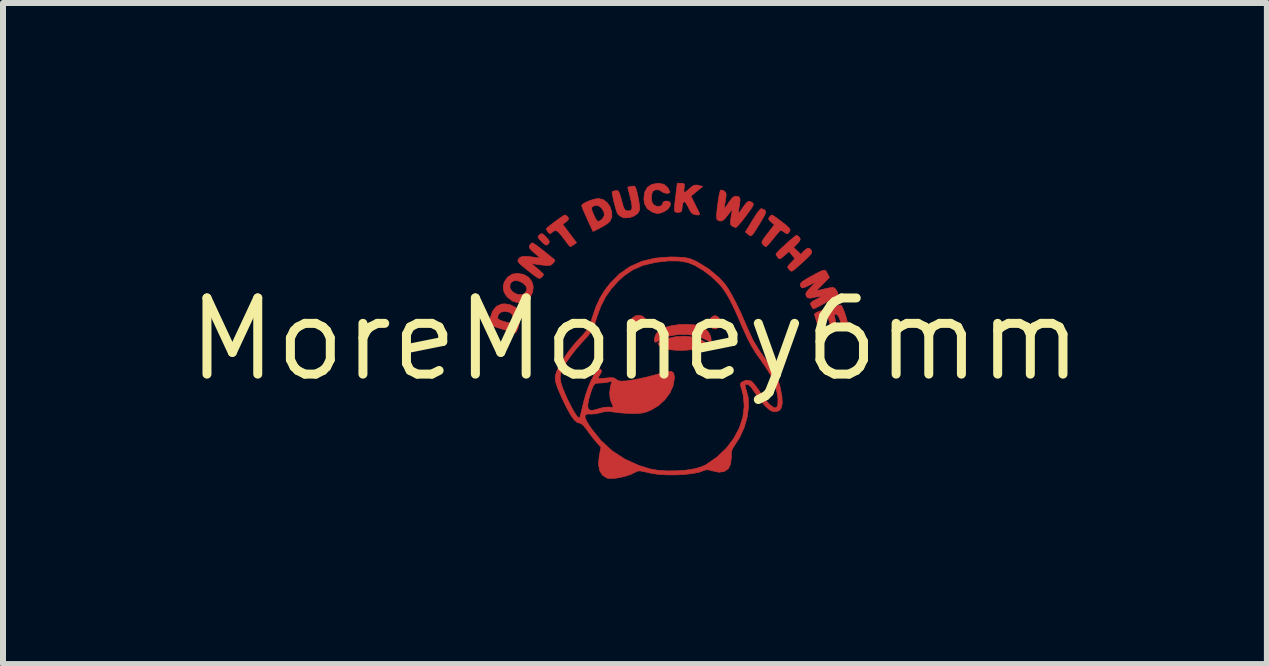
<source format=kicad_pcb>
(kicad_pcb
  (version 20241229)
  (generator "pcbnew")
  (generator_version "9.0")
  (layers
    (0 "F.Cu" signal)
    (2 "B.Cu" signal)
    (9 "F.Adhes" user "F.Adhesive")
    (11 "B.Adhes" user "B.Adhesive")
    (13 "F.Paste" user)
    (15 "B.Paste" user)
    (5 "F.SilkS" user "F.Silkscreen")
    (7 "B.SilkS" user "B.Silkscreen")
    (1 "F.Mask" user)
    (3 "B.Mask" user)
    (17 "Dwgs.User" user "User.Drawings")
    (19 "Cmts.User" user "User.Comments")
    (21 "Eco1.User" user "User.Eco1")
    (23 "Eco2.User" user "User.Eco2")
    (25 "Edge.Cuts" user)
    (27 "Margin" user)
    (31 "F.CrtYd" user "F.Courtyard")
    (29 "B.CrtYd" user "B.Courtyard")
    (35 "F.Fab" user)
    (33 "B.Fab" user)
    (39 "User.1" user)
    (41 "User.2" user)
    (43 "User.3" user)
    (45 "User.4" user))
  (footprint "MoreMoney6mm"
    (layer "F.Cu")
    (at 7.537 2.608)
    (property "Reference" "MoreMoney6mm" (at 0 0 0) (layer "F.SilkS") (effects (font (size 1.27 1.27) (thickness 0.15))))
    (attr through_hole)
    (fp_poly (pts (xy 1.355 -0.391) (xy 1.386 -0.372) (xy 1.43 -0.323) (xy 1.436 -0.264) (xy 1.405 -0.209) (xy 1.401 -0.204) (xy 1.345 -0.172) (xy 1.292 -0.183) (xy 1.263 -0.208) (xy 1.231 -0.268) (xy 1.239 -0.327) (xy 1.281 -0.372) (xy 1.322 -0.395) (xy 1.355 -0.391)) (stroke (width 0.01) (type solid)) (fill yes) (layer "F.Cu"))
    (fp_poly (pts (xy 0.139 -0.38) (xy 0.179 -0.336) (xy 0.191 -0.287) (xy 0.173 -0.229) (xy 0.128 -0.192) (xy 0.067 -0.179) (xy 0.002 -0.194) (xy -0.027 -0.212) (xy -0.074 -0.26) (xy -0.08 -0.306) (xy -0.046 -0.356) (xy -0.042 -0.36) (xy 0.016 -0.395) (xy 0.081 -0.401) (xy 0.139 -0.38)) (stroke (width 0.01) (type solid)) (fill yes) (layer "F.Cu"))
    (fp_poly (pts (xy -1.543 -1.759) (xy -1.51 -1.733) (xy -1.482 -1.705) (xy -1.441 -1.658) (xy -1.427 -1.627) (xy -1.436 -1.602) (xy -1.439 -1.599) (xy -1.464 -1.574) (xy -1.488 -1.572) (xy -1.521 -1.595) (xy -1.563 -1.637) (xy -1.603 -1.68) (xy -1.617 -1.707) (xy -1.607 -1.728) (xy -1.592 -1.742) (xy -1.566 -1.761) (xy -1.543 -1.759)) (stroke (width 0.01) (type solid)) (fill yes) (layer "F.Cu"))
    (fp_poly (pts (xy 2.141 -2.168) (xy 2.164 -2.154) (xy 2.178 -2.138) (xy 2.179 -2.116) (xy 2.166 -2.08) (xy 2.135 -2.023) (xy 2.086 -1.94) (xy 2.027 -1.844) (xy 1.986 -1.78) (xy 1.957 -1.742) (xy 1.935 -1.727) (xy 1.915 -1.73) (xy 1.893 -1.745) (xy 1.887 -1.751) (xy 1.841 -1.789) (xy 1.959 -1.984) (xy 2.009 -2.064) (xy 2.054 -2.128) (xy 2.088 -2.169) (xy 2.103 -2.18) (xy 2.141 -2.168)) (stroke (width 0.01) (type solid)) (fill yes) (layer "F.Cu"))
    (fp_poly (pts (xy 0.976 -0.037) (xy 1.09 0.001) (xy 1.149 0.034) (xy 1.191 0.065) (xy 1.202 0.08) (xy 1.19 0.106) (xy 1.144 0.13) (xy 1.072 0.151) (xy 0.98 0.167) (xy 0.877 0.179) (xy 0.772 0.184) (xy 0.671 0.181) (xy 0.582 0.171) (xy 0.55 0.163) (xy 0.453 0.132) (xy 0.398 0.1) (xy 0.385 0.068) (xy 0.415 0.036) (xy 0.486 0.003) (xy 0.532 -0.012) (xy 0.684 -0.045) (xy 0.836 -0.053) (xy 0.976 -0.037)) (stroke (width 0.01) (type solid)) (fill yes) (layer "F.Cu"))
    (fp_poly (pts (xy 1.004 -0.24) (xy 1.105 -0.215) (xy 1.146 -0.195) (xy 1.22 -0.13) (xy 1.263 -0.05) (xy 1.27 0.001) (xy 1.269 0.027) (xy 1.261 0.038) (xy 1.237 0.032) (xy 1.189 0.009) (xy 1.144 -0.014) (xy 1.021 -0.059) (xy 0.88 -0.081) (xy 0.731 -0.082) (xy 0.588 -0.06) (xy 0.464 -0.017) (xy 0.412 0.013) (xy 0.363 0.042) (xy 0.338 0.048) (xy 0.325 0.031) (xy 0.325 -0.019) (xy 0.348 -0.081) (xy 0.389 -0.136) (xy 0.415 -0.158) (xy 0.505 -0.2) (xy 0.621 -0.23) (xy 0.751 -0.247) (xy 0.882 -0.251) (xy 1.004 -0.24)) (stroke (width 0.01) (type solid)) (fill yes) (layer "F.Cu"))
    (fp_poly (pts (xy -1.14 -2.06) (xy -1.12 -2.04) (xy -1.105 -2.013) (xy -1.118 -1.987) (xy -1.148 -1.961) (xy -1.204 -1.916) (xy -0.974 -1.611) (xy -1.021 -1.578) (xy -1.059 -1.554) (xy -1.079 -1.546) (xy -1.096 -1.562) (xy -1.13 -1.604) (xy -1.175 -1.664) (xy -1.183 -1.675) (xy -1.243 -1.752) (xy -1.287 -1.798) (xy -1.321 -1.814) (xy -1.354 -1.805) (xy -1.377 -1.788) (xy -1.409 -1.762) (xy -1.43 -1.767) (xy -1.45 -1.79) (xy -1.473 -1.826) (xy -1.48 -1.841) (xy -1.464 -1.86) (xy -1.422 -1.895) (xy -1.365 -1.939) (xy -1.301 -1.987) (xy -1.241 -2.03) (xy -1.194 -2.061) (xy -1.169 -2.074) (xy -1.168 -2.074) (xy -1.14 -2.06)) (stroke (width 0.01) (type solid)) (fill yes) (layer "F.Cu"))
    (fp_poly (pts (xy -1.86 -1.084) (xy -1.777 -1.037) (xy -1.721 -0.968) (xy -1.696 -0.884) (xy -1.706 -0.791) (xy -1.736 -0.724) (xy -1.798 -0.658) (xy -1.881 -0.62) (xy -1.97 -0.615) (xy -2.043 -0.639) (xy -2.131 -0.706) (xy -2.183 -0.787) (xy -2.198 -0.877) (xy -2.19 -0.912) (xy -2.084 -0.912) (xy -2.084 -0.854) (xy -2.051 -0.803) (xy -1.999 -0.765) (xy -1.936 -0.745) (xy -1.874 -0.749) (xy -1.832 -0.774) (xy -1.802 -0.827) (xy -1.811 -0.882) (xy -1.857 -0.932) (xy -1.933 -0.972) (xy -2.002 -0.982) (xy -2.057 -0.956) (xy -2.084 -0.912) (xy -2.19 -0.912) (xy -2.18 -0.954) (xy -2.125 -1.036) (xy -2.046 -1.087) (xy -1.965 -1.101) (xy -1.86 -1.084)) (stroke (width 0.01) (type solid)) (fill yes) (layer "F.Cu"))
    (fp_poly (pts (xy 2.307 -2.062) (xy 2.354 -2.03) (xy 2.418 -1.982) (xy 2.451 -1.957) (xy 2.523 -1.9) (xy 2.565 -1.861) (xy 2.584 -1.835) (xy 2.584 -1.813) (xy 2.577 -1.798) (xy 2.551 -1.764) (xy 2.525 -1.762) (xy 2.486 -1.788) (xy 2.449 -1.812) (xy 2.431 -1.82) (xy 2.412 -1.804) (xy 2.375 -1.763) (xy 2.326 -1.704) (xy 2.309 -1.683) (xy 2.257 -1.619) (xy 2.214 -1.571) (xy 2.187 -1.547) (xy 2.183 -1.545) (xy 2.157 -1.559) (xy 2.132 -1.582) (xy 2.118 -1.603) (xy 2.117 -1.626) (xy 2.133 -1.659) (xy 2.17 -1.712) (xy 2.211 -1.765) (xy 2.324 -1.911) (xy 2.269 -1.958) (xy 2.233 -1.994) (xy 2.228 -2.019) (xy 2.242 -2.04) (xy 2.271 -2.068) (xy 2.285 -2.074) (xy 2.307 -2.062)) (stroke (width 0.01) (type solid)) (fill yes) (layer "F.Cu"))
    (fp_poly (pts (xy 0.483 -2.584) (xy 0.547 -2.529) (xy 0.578 -2.471) (xy 0.579 -2.444) (xy 0.551 -2.435) (xy 0.531 -2.434) (xy 0.478 -2.445) (xy 0.445 -2.466) (xy 0.398 -2.493) (xy 0.341 -2.494) (xy 0.301 -2.472) (xy 0.283 -2.432) (xy 0.275 -2.37) (xy 0.28 -2.305) (xy 0.288 -2.277) (xy 0.32 -2.236) (xy 0.367 -2.217) (xy 0.416 -2.218) (xy 0.453 -2.24) (xy 0.466 -2.276) (xy 0.485 -2.301) (xy 0.529 -2.307) (xy 0.576 -2.295) (xy 0.593 -2.263) (xy 0.583 -2.219) (xy 0.55 -2.174) (xy 0.494 -2.134) (xy 0.475 -2.125) (xy 0.41 -2.102) (xy 0.361 -2.1) (xy 0.304 -2.117) (xy 0.283 -2.126) (xy 0.205 -2.179) (xy 0.16 -2.258) (xy 0.148 -2.345) (xy 0.163 -2.455) (xy 0.208 -2.535) (xy 0.282 -2.584) (xy 0.385 -2.603) (xy 0.399 -2.603) (xy 0.483 -2.584)) (stroke (width 0.01) (type solid)) (fill yes) (layer "F.Cu"))
    (fp_poly (pts (xy -0.528 -2.329) (xy -0.462 -2.278) (xy -0.413 -2.206) (xy -0.386 -2.122) (xy -0.386 -2.039) (xy -0.414 -1.973) (xy -0.45 -1.938) (xy -0.511 -1.897) (xy -0.573 -1.862) (xy -0.699 -1.798) (xy -0.794 -2.002) (xy -0.833 -2.089) (xy -0.865 -2.163) (xy -0.876 -2.193) (xy -0.723 -2.193) (xy -0.719 -2.155) (xy -0.694 -2.091) (xy -0.684 -2.069) (xy -0.651 -2.002) (xy -0.625 -1.97) (xy -0.596 -1.97) (xy -0.556 -1.997) (xy -0.545 -2.007) (xy -0.513 -2.059) (xy -0.516 -2.122) (xy -0.555 -2.186) (xy -0.561 -2.193) (xy -0.611 -2.23) (xy -0.657 -2.233) (xy -0.662 -2.232) (xy -0.704 -2.216) (xy -0.723 -2.193) (xy -0.876 -2.193) (xy -0.884 -2.214) (xy -0.889 -2.233) (xy -0.87 -2.256) (xy -0.823 -2.284) (xy -0.758 -2.312) (xy -0.688 -2.335) (xy -0.626 -2.348) (xy -0.606 -2.349) (xy -0.528 -2.329)) (stroke (width 0.01) (type solid)) (fill yes) (layer "F.Cu"))
    (fp_poly (pts (xy -0.003 -2.552) (xy 0.012 -2.525) (xy 0.03 -2.468) (xy 0.048 -2.392) (xy 0.064 -2.31) (xy 0.075 -2.233) (xy 0.079 -2.174) (xy 0.077 -2.151) (xy 0.044 -2.098) (xy -0.018 -2.055) (xy -0.094 -2.029) (xy -0.171 -2.025) (xy -0.21 -2.034) (xy -0.26 -2.064) (xy -0.287 -2.09) (xy -0.302 -2.123) (xy -0.321 -2.183) (xy -0.341 -2.256) (xy -0.36 -2.333) (xy -0.374 -2.401) (xy -0.381 -2.448) (xy -0.379 -2.464) (xy -0.354 -2.473) (xy -0.319 -2.48) (xy -0.294 -2.48) (xy -0.275 -2.468) (xy -0.258 -2.434) (xy -0.239 -2.372) (xy -0.224 -2.318) (xy -0.201 -2.234) (xy -0.183 -2.183) (xy -0.164 -2.156) (xy -0.139 -2.145) (xy -0.122 -2.142) (xy -0.079 -2.144) (xy -0.055 -2.165) (xy -0.049 -2.21) (xy -0.06 -2.286) (xy -0.079 -2.37) (xy -0.121 -2.537) (xy -0.07 -2.55) (xy -0.025 -2.556) (xy -0.003 -2.552)) (stroke (width 0.01) (type solid)) (fill yes) (layer "F.Cu"))
    (fp_poly (pts (xy 0.808 -2.601) (xy 0.824 -2.585) (xy 0.823 -2.545) (xy 0.82 -2.518) (xy 0.815 -2.471) (xy 0.82 -2.45) (xy 0.84 -2.456) (xy 0.882 -2.489) (xy 0.934 -2.535) (xy 0.981 -2.568) (xy 1.026 -2.574) (xy 1.059 -2.567) (xy 1.129 -2.549) (xy 1.031 -2.468) (xy 0.933 -2.388) (xy 1.006 -2.242) (xy 1.041 -2.172) (xy 1.067 -2.117) (xy 1.079 -2.087) (xy 1.079 -2.085) (xy 1.062 -2.074) (xy 1.023 -2.075) (xy 0.979 -2.086) (xy 0.948 -2.103) (xy 0.922 -2.139) (xy 0.891 -2.197) (xy 0.88 -2.22) (xy 0.846 -2.279) (xy 0.819 -2.297) (xy 0.799 -2.273) (xy 0.787 -2.208) (xy 0.787 -2.205) (xy 0.781 -2.149) (xy 0.765 -2.124) (xy 0.732 -2.117) (xy 0.718 -2.117) (xy 0.689 -2.118) (xy 0.67 -2.125) (xy 0.66 -2.146) (xy 0.658 -2.186) (xy 0.663 -2.252) (xy 0.674 -2.351) (xy 0.681 -2.404) (xy 0.705 -2.603) (xy 0.768 -2.603) (xy 0.808 -2.601)) (stroke (width 0.01) (type solid)) (fill yes) (layer "F.Cu"))
    (fp_poly (pts (xy -2.081 -0.577) (xy -1.997 -0.536) (xy -1.936 -0.476) (xy -1.918 -0.44) (xy -1.913 -0.394) (xy -1.918 -0.329) (xy -1.932 -0.256) (xy -1.951 -0.187) (xy -1.972 -0.134) (xy -1.993 -0.109) (xy -1.997 -0.108) (xy -2.027 -0.115) (xy -2.087 -0.132) (xy -2.167 -0.156) (xy -2.223 -0.174) (xy -2.308 -0.201) (xy -2.377 -0.224) (xy -2.421 -0.24) (xy -2.431 -0.244) (xy -2.431 -0.267) (xy -2.422 -0.318) (xy -2.412 -0.364) (xy -2.409 -0.372) (xy -2.289 -0.372) (xy -2.286 -0.346) (xy -2.26 -0.325) (xy -2.202 -0.303) (xy -2.18 -0.296) (xy -2.114 -0.278) (xy -2.065 -0.269) (xy -2.048 -0.269) (xy -2.037 -0.294) (xy -2.032 -0.343) (xy -2.032 -0.35) (xy -2.046 -0.414) (xy -2.09 -0.452) (xy -2.167 -0.466) (xy -2.176 -0.466) (xy -2.242 -0.451) (xy -2.28 -0.405) (xy -2.289 -0.372) (xy -2.409 -0.372) (xy -2.371 -0.475) (xy -2.311 -0.549) (xy -2.23 -0.587) (xy -2.174 -0.593) (xy -2.081 -0.577)) (stroke (width 0.01) (type solid)) (fill yes) (layer "F.Cu"))
    (fp_poly (pts (xy 2.723 -1.72) (xy 2.743 -1.699) (xy 2.756 -1.671) (xy 2.746 -1.641) (xy 2.708 -1.598) (xy 2.708 -1.597) (xy 2.646 -1.532) (xy 2.705 -1.475) (xy 2.765 -1.418) (xy 2.815 -1.471) (xy 2.867 -1.514) (xy 2.908 -1.519) (xy 2.941 -1.484) (xy 2.941 -1.483) (xy 2.949 -1.457) (xy 2.938 -1.428) (xy 2.904 -1.388) (xy 2.852 -1.337) (xy 2.785 -1.275) (xy 2.72 -1.217) (xy 2.675 -1.178) (xy 2.632 -1.144) (xy 2.607 -1.135) (xy 2.585 -1.15) (xy 2.571 -1.165) (xy 2.549 -1.193) (xy 2.549 -1.216) (xy 2.573 -1.248) (xy 2.599 -1.276) (xy 2.666 -1.345) (xy 2.617 -1.406) (xy 2.569 -1.466) (xy 2.49 -1.397) (xy 2.443 -1.357) (xy 2.415 -1.342) (xy 2.396 -1.35) (xy 2.381 -1.368) (xy 2.357 -1.404) (xy 2.35 -1.422) (xy 2.365 -1.442) (xy 2.403 -1.483) (xy 2.458 -1.536) (xy 2.522 -1.594) (xy 2.585 -1.65) (xy 2.641 -1.698) (xy 2.681 -1.728) (xy 2.695 -1.736) (xy 2.723 -1.72)) (stroke (width 0.01) (type solid)) (fill yes) (layer "F.Cu"))
    (fp_poly (pts (xy -1.685 -1.596) (xy -1.635 -1.562) (xy -1.571 -1.513) (xy -1.538 -1.487) (xy -1.467 -1.43) (xy -1.407 -1.381) (xy -1.365 -1.348) (xy -1.356 -1.341) (xy -1.336 -1.319) (xy -1.345 -1.294) (xy -1.365 -1.27) (xy -1.392 -1.245) (xy -1.424 -1.233) (xy -1.473 -1.232) (xy -1.543 -1.238) (xy -1.62 -1.248) (xy -1.682 -1.258) (xy -1.713 -1.265) (xy -1.715 -1.259) (xy -1.689 -1.233) (xy -1.641 -1.191) (xy -1.635 -1.187) (xy -1.579 -1.139) (xy -1.539 -1.101) (xy -1.524 -1.081) (xy -1.538 -1.056) (xy -1.561 -1.032) (xy -1.58 -1.019) (xy -1.601 -1.018) (xy -1.633 -1.033) (xy -1.681 -1.066) (xy -1.752 -1.122) (xy -1.784 -1.147) (xy -1.864 -1.212) (xy -1.916 -1.257) (xy -1.944 -1.288) (xy -1.953 -1.31) (xy -1.947 -1.33) (xy -1.94 -1.341) (xy -1.914 -1.368) (xy -1.875 -1.382) (xy -1.815 -1.384) (xy -1.725 -1.375) (xy -1.683 -1.37) (xy -1.577 -1.355) (xy -1.677 -1.441) (xy -1.732 -1.491) (xy -1.759 -1.525) (xy -1.762 -1.552) (xy -1.756 -1.568) (xy -1.729 -1.601) (xy -1.711 -1.609) (xy -1.685 -1.596)) (stroke (width 0.01) (type solid)) (fill yes) (layer "F.Cu"))
    (fp_poly (pts (xy 3.449 -0.553) (xy 3.473 -0.504) (xy 3.498 -0.438) (xy 3.521 -0.366) (xy 3.539 -0.298) (xy 3.546 -0.248) (xy 3.543 -0.23) (xy 3.515 -0.215) (xy 3.492 -0.212) (xy 3.462 -0.224) (xy 3.437 -0.267) (xy 3.422 -0.312) (xy 3.393 -0.384) (xy 3.361 -0.418) (xy 3.355 -0.42) (xy 3.331 -0.42) (xy 3.326 -0.397) (xy 3.333 -0.357) (xy 3.349 -0.276) (xy 3.35 -0.227) (xy 3.335 -0.203) (xy 3.312 -0.195) (xy 3.283 -0.199) (xy 3.262 -0.227) (xy 3.243 -0.285) (xy 3.224 -0.348) (xy 3.204 -0.375) (xy 3.178 -0.374) (xy 3.157 -0.362) (xy 3.142 -0.345) (xy 3.141 -0.313) (xy 3.157 -0.257) (xy 3.164 -0.234) (xy 3.185 -0.168) (xy 3.192 -0.131) (xy 3.181 -0.113) (xy 3.152 -0.101) (xy 3.139 -0.097) (xy 3.114 -0.093) (xy 3.096 -0.105) (xy 3.078 -0.14) (xy 3.056 -0.207) (xy 3.048 -0.234) (xy 3.024 -0.312) (xy 3.004 -0.375) (xy 2.992 -0.412) (xy 2.992 -0.414) (xy 3.002 -0.433) (xy 3.047 -0.457) (xy 3.13 -0.487) (xy 3.192 -0.507) (xy 3.282 -0.534) (xy 3.359 -0.555) (xy 3.413 -0.569) (xy 3.431 -0.572) (xy 3.449 -0.553)) (stroke (width 0.01) (type solid)) (fill yes) (layer "F.Cu"))
    (fp_poly (pts (xy 3.184 -1.139) (xy 3.2 -1.113) (xy 3.207 -1.1) (xy 3.242 -1.032) (xy 3.132 -0.92) (xy 3.022 -0.809) (xy 3.146 -0.838) (xy 3.219 -0.854) (xy 3.278 -0.865) (xy 3.304 -0.868) (xy 3.334 -0.85) (xy 3.365 -0.809) (xy 3.384 -0.761) (xy 3.387 -0.742) (xy 3.369 -0.727) (xy 3.324 -0.697) (xy 3.259 -0.659) (xy 3.185 -0.616) (xy 3.11 -0.574) (xy 3.044 -0.539) (xy 2.995 -0.515) (xy 2.974 -0.508) (xy 2.958 -0.524) (xy 2.943 -0.549) (xy 2.927 -0.583) (xy 2.928 -0.606) (xy 2.952 -0.628) (xy 3.006 -0.659) (xy 3.022 -0.667) (xy 3.122 -0.721) (xy 3.037 -0.709) (xy 2.974 -0.698) (xy 2.924 -0.688) (xy 2.917 -0.686) (xy 2.878 -0.694) (xy 2.857 -0.721) (xy 2.854 -0.73) (xy 3.133 -0.73) (xy 3.143 -0.72) (xy 3.154 -0.73) (xy 3.143 -0.741) (xy 3.133 -0.73) (xy 2.854 -0.73) (xy 2.847 -0.75) (xy 2.854 -0.779) (xy 2.884 -0.818) (xy 2.924 -0.862) (xy 3.016 -0.957) (xy 2.902 -0.9) (xy 2.835 -0.869) (xy 2.796 -0.858) (xy 2.774 -0.866) (xy 2.77 -0.871) (xy 2.756 -0.903) (xy 2.761 -0.932) (xy 2.791 -0.964) (xy 2.851 -1.003) (xy 2.926 -1.045) (xy 3.025 -1.099) (xy 3.093 -1.134) (xy 3.138 -1.151) (xy 3.166 -1.153) (xy 3.184 -1.139)) (stroke (width 0.01) (type solid)) (fill yes) (layer "F.Cu"))
    (fp_poly (pts (xy 1.462 -2.485) (xy 1.491 -2.47) (xy 1.512 -2.449) (xy 1.52 -2.421) (xy 1.517 -2.372) (xy 1.508 -2.316) (xy 1.497 -2.249) (xy 1.491 -2.201) (xy 1.492 -2.185) (xy 1.505 -2.198) (xy 1.534 -2.237) (xy 1.566 -2.285) (xy 1.618 -2.355) (xy 1.663 -2.387) (xy 1.709 -2.385) (xy 1.733 -2.373) (xy 1.748 -2.354) (xy 1.752 -2.317) (xy 1.744 -2.252) (xy 1.74 -2.23) (xy 1.73 -2.163) (xy 1.724 -2.116) (xy 1.724 -2.1) (xy 1.738 -2.113) (xy 1.768 -2.152) (xy 1.801 -2.2) (xy 1.849 -2.265) (xy 1.884 -2.298) (xy 1.915 -2.302) (xy 1.952 -2.283) (xy 1.956 -2.279) (xy 1.971 -2.265) (xy 1.973 -2.246) (xy 1.961 -2.216) (xy 1.93 -2.168) (xy 1.877 -2.096) (xy 1.849 -2.058) (xy 1.79 -1.981) (xy 1.738 -1.919) (xy 1.7 -1.878) (xy 1.683 -1.864) (xy 1.649 -1.874) (xy 1.622 -1.887) (xy 1.599 -1.908) (xy 1.591 -1.943) (xy 1.597 -2.006) (xy 1.597 -2.008) (xy 1.608 -2.077) (xy 1.619 -2.134) (xy 1.622 -2.148) (xy 1.617 -2.155) (xy 1.593 -2.131) (xy 1.556 -2.083) (xy 1.554 -2.08) (xy 1.498 -2.01) (xy 1.452 -1.976) (xy 1.41 -1.973) (xy 1.379 -1.988) (xy 1.367 -2.001) (xy 1.361 -2.029) (xy 1.361 -2.077) (xy 1.368 -2.154) (xy 1.379 -2.245) (xy 1.392 -2.34) (xy 1.406 -2.419) (xy 1.42 -2.472) (xy 1.43 -2.491) (xy 1.462 -2.485)) (stroke (width 0.01) (type solid)) (fill yes) (layer "F.Cu"))
    (fp_poly (pts (xy 0.695 -1.372) (xy 0.796 -1.366) (xy 0.871 -1.356) (xy 0.933 -1.339) (xy 0.999 -1.311) (xy 1.048 -1.286) (xy 1.236 -1.169) (xy 1.405 -1.027) (xy 1.492 -0.932) (xy 1.549 -0.852) (xy 1.616 -0.738) (xy 1.69 -0.597) (xy 1.768 -0.435) (xy 1.845 -0.259) (xy 1.877 -0.183) (xy 1.97 0.018) (xy 2.079 0.194) (xy 2.107 0.234) (xy 2.213 0.38) (xy 2.292 0.502) (xy 2.351 0.608) (xy 2.392 0.703) (xy 2.42 0.796) (xy 2.422 0.805) (xy 2.45 0.952) (xy 2.456 1.063) (xy 2.441 1.142) (xy 2.405 1.189) (xy 2.347 1.206) (xy 2.338 1.206) (xy 2.29 1.2) (xy 2.245 1.177) (xy 2.192 1.13) (xy 2.168 1.106) (xy 2.101 1.029) (xy 2.033 0.939) (xy 1.998 0.886) (xy 1.94 0.801) (xy 1.891 0.755) (xy 1.851 0.747) (xy 1.841 0.752) (xy 1.836 0.777) (xy 1.848 0.823) (xy 1.851 0.831) (xy 1.888 0.969) (xy 1.894 1.127) (xy 1.871 1.296) (xy 1.822 1.467) (xy 1.747 1.633) (xy 1.656 1.776) (xy 1.623 1.828) (xy 1.608 1.882) (xy 1.606 1.956) (xy 1.606 1.967) (xy 1.596 2.076) (xy 1.557 2.156) (xy 1.491 2.203) (xy 1.402 2.216) (xy 1.292 2.193) (xy 1.292 2.193) (xy 1.22 2.175) (xy 1.171 2.178) (xy 1.158 2.184) (xy 1.075 2.214) (xy 0.961 2.237) (xy 0.824 2.253) (xy 0.676 2.26) (xy 0.525 2.259) (xy 0.382 2.25) (xy 0.256 2.23) (xy 0.224 2.223) (xy 0.139 2.203) (xy 0.084 2.194) (xy 0.047 2.196) (xy 0.018 2.208) (xy 0.014 2.211) (xy -0.062 2.249) (xy -0.158 2.281) (xy -0.261 2.306) (xy -0.358 2.32) (xy -0.436 2.32) (xy -0.466 2.313) (xy -0.543 2.265) (xy -0.59 2.186) (xy -0.608 2.079) (xy -0.596 1.944) (xy -0.593 1.933) (xy -0.567 1.799) (xy -0.638 1.72) (xy -0.689 1.659) (xy -0.749 1.581) (xy -0.794 1.519) (xy -0.853 1.443) (xy -0.899 1.404) (xy -0.924 1.397) (xy -0.969 1.382) (xy -1.019 1.336) (xy -1.075 1.255) (xy -1.14 1.138) (xy -1.183 1.051) (xy -1.244 0.919) (xy -1.287 0.817) (xy -1.315 0.738) (xy -1.328 0.677) (xy -1.329 0.654) (xy -1.246 0.654) (xy -1.244 0.674) (xy -1.231 0.734) (xy -1.205 0.813) (xy -1.168 0.904) (xy -1.125 1) (xy -1.078 1.094) (xy -1.032 1.179) (xy -0.989 1.249) (xy -0.954 1.296) (xy -0.929 1.313) (xy -0.923 1.31) (xy -0.916 1.287) (xy -0.901 1.232) (xy -0.881 1.152) (xy -0.868 1.096) (xy -0.788 1.096) (xy -0.782 1.154) (xy -0.749 1.182) (xy -0.688 1.181) (xy -0.594 1.154) (xy -0.59 1.152) (xy -0.517 1.134) (xy -0.447 1.128) (xy -0.429 1.13) (xy -0.38 1.134) (xy -0.364 1.121) (xy -0.377 1.084) (xy -0.392 1.058) (xy -0.415 0.985) (xy -0.422 0.891) (xy -0.41 0.791) (xy -0.403 0.766) (xy -0.383 0.696) (xy -0.451 0.713) (xy -0.521 0.724) (xy -0.596 0.729) (xy -0.597 0.729) (xy -0.651 0.733) (xy -0.682 0.756) (xy -0.707 0.803) (xy -0.731 0.867) (xy -0.756 0.949) (xy -0.771 1.004) (xy -0.788 1.096) (xy -0.868 1.096) (xy -0.859 1.058) (xy -0.823 0.928) (xy -0.781 0.806) (xy -0.736 0.697) (xy -0.69 0.606) (xy -0.646 0.539) (xy -0.607 0.501) (xy -0.575 0.497) (xy -0.569 0.502) (xy -0.556 0.529) (xy -0.572 0.569) (xy -0.579 0.58) (xy -0.604 0.622) (xy -0.614 0.647) (xy -0.595 0.651) (xy -0.545 0.651) (xy -0.481 0.645) (xy -0.403 0.639) (xy -0.355 0.643) (xy -0.327 0.657) (xy -0.319 0.665) (xy -0.279 0.689) (xy -0.225 0.698) (xy -0.146 0.693) (xy -0.039 0.677) (xy 0.085 0.654) (xy 0.213 0.625) (xy 0.334 0.593) (xy 0.37 0.583) (xy 0.483 0.55) (xy 0.561 0.534) (xy 0.612 0.536) (xy 0.641 0.557) (xy 0.654 0.598) (xy 0.656 0.654) (xy 0.636 0.775) (xy 0.581 0.896) (xy 0.496 1.01) (xy 0.388 1.107) (xy 0.271 1.177) (xy 0.195 1.209) (xy 0.13 1.227) (xy 0.057 1.235) (xy -0.041 1.237) (xy -0.042 1.237) (xy -0.146 1.233) (xy -0.253 1.225) (xy -0.342 1.214) (xy -0.349 1.213) (xy -0.436 1.201) (xy -0.503 1.204) (xy -0.569 1.221) (xy -0.647 1.24) (xy -0.725 1.246) (xy -0.743 1.245) (xy -0.801 1.246) (xy -0.831 1.266) (xy -0.831 1.307) (xy -0.802 1.372) (xy -0.744 1.464) (xy -0.736 1.477) (xy -0.569 1.686) (xy -0.38 1.859) (xy -0.167 1.998) (xy 0.071 2.105) (xy 0.254 2.161) (xy 0.378 2.182) (xy 0.528 2.193) (xy 0.691 2.192) (xy 0.851 2.181) (xy 0.994 2.158) (xy 0.995 2.158) (xy 1.076 2.135) (xy 1.154 2.105) (xy 1.185 2.089) (xy 1.367 1.963) (xy 1.522 1.816) (xy 1.646 1.653) (xy 1.739 1.48) (xy 1.798 1.299) (xy 1.821 1.117) (xy 1.806 0.937) (xy 1.784 0.852) (xy 1.764 0.786) (xy 1.758 0.748) (xy 1.766 0.726) (xy 1.788 0.707) (xy 1.856 0.68) (xy 1.926 0.691) (xy 1.951 0.706) (xy 1.978 0.735) (xy 2.021 0.79) (xy 2.072 0.861) (xy 2.095 0.895) (xy 2.18 1.013) (xy 2.253 1.094) (xy 2.313 1.136) (xy 2.341 1.143) (xy 2.369 1.124) (xy 2.383 1.074) (xy 2.384 0.998) (xy 2.372 0.906) (xy 2.348 0.805) (xy 2.313 0.701) (xy 2.295 0.659) (xy 2.262 0.597) (xy 2.21 0.512) (xy 2.147 0.416) (xy 2.084 0.326) (xy 2.006 0.215) (xy 1.94 0.106) (xy 1.878 -0.012) (xy 1.813 -0.153) (xy 1.785 -0.217) (xy 1.708 -0.395) (xy 1.642 -0.54) (xy 1.584 -0.656) (xy 1.531 -0.75) (xy 1.481 -0.828) (xy 1.429 -0.894) (xy 1.378 -0.95) (xy 1.261 -1.058) (xy 1.133 -1.153) (xy 1.004 -1.23) (xy 0.886 -1.279) (xy 0.881 -1.281) (xy 0.735 -1.307) (xy 0.558 -1.308) (xy 0.349 -1.284) (xy 0.326 -1.28) (xy 0.135 -1.234) (xy -0.029 -1.164) (xy -0.177 -1.064) (xy -0.276 -0.975) (xy -0.396 -0.841) (xy -0.493 -0.703) (xy -0.571 -0.549) (xy -0.637 -0.369) (xy -0.667 -0.268) (xy -0.685 -0.211) (xy -0.71 -0.159) (xy -0.747 -0.105) (xy -0.802 -0.038) (xy -0.882 0.048) (xy -0.885 0.051) (xy -0.98 0.16) (xy -1.069 0.273) (xy -1.141 0.377) (xy -1.161 0.411) (xy -1.207 0.495) (xy -1.233 0.555) (xy -1.245 0.604) (xy -1.246 0.654) (xy -1.329 0.654) (xy -1.33 0.626) (xy -1.327 0.603) (xy -1.302 0.525) (xy -1.253 0.425) (xy -1.184 0.312) (xy -1.101 0.193) (xy -1.009 0.078) (xy -0.942 0.003) (xy -0.866 -0.077) (xy -0.814 -0.138) (xy -0.778 -0.192) (xy -0.751 -0.247) (xy -0.726 -0.317) (xy -0.71 -0.37) (xy -0.65 -0.545) (xy -0.582 -0.691) (xy -0.501 -0.823) (xy -0.414 -0.935) (xy -0.257 -1.093) (xy -0.08 -1.215) (xy 0.119 -1.303) (xy 0.341 -1.355) (xy 0.587 -1.374) (xy 0.695 -1.372)) (stroke (width 0.01) (type solid)) (fill yes) (layer "F.Cu"))
    (fp_poly (pts (xy -1.532 -1.744) (xy -1.474 -1.696) (xy -1.472 -1.694) (xy -1.435 -1.651) (xy -1.426 -1.622) (xy -1.439 -1.599) (xy -1.465 -1.573) (xy -1.491 -1.572) (xy -1.526 -1.599) (xy -1.555 -1.629) (xy -1.593 -1.68) (xy -1.603 -1.72) (xy -1.601 -1.724) (xy -1.575 -1.754) (xy -1.532 -1.744)) (stroke (width 0.01) (type solid)) (fill yes) (layer "F.Mask"))
    (fp_poly (pts (xy 2.149 -2.164) (xy 2.177 -2.141) (xy 2.18 -2.132) (xy 2.17 -2.108) (xy 2.145 -2.058) (xy 2.108 -1.991) (xy 2.065 -1.916) (xy 2.022 -1.842) (xy 1.984 -1.777) (xy 1.955 -1.732) (xy 1.941 -1.715) (xy 1.941 -1.715) (xy 1.923 -1.727) (xy 1.89 -1.752) (xy 1.844 -1.789) (xy 1.956 -1.974) (xy 2.004 -2.053) (xy 2.045 -2.118) (xy 2.072 -2.16) (xy 2.08 -2.172) (xy 2.11 -2.177) (xy 2.149 -2.164)) (stroke (width 0.01) (type solid)) (fill yes) (layer "F.Mask"))
    (fp_poly (pts (xy 2.313 -2.054) (xy 2.358 -2.024) (xy 2.428 -1.972) (xy 2.442 -1.961) (xy 2.516 -1.903) (xy 2.561 -1.863) (xy 2.582 -1.836) (xy 2.584 -1.814) (xy 2.576 -1.798) (xy 2.554 -1.766) (xy 2.532 -1.762) (xy 2.496 -1.784) (xy 2.478 -1.797) (xy 2.427 -1.837) (xy 2.313 -1.691) (xy 2.26 -1.626) (xy 2.216 -1.575) (xy 2.189 -1.548) (xy 2.183 -1.545) (xy 2.158 -1.559) (xy 2.133 -1.58) (xy 2.118 -1.599) (xy 2.117 -1.621) (xy 2.132 -1.654) (xy 2.168 -1.705) (xy 2.213 -1.764) (xy 2.329 -1.913) (xy 2.275 -1.957) (xy 2.239 -1.989) (xy 2.235 -2.015) (xy 2.251 -2.042) (xy 2.267 -2.06) (xy 2.285 -2.065) (xy 2.313 -2.054)) (stroke (width 0.01) (type solid)) (fill yes) (layer "F.Mask"))
    (fp_poly (pts (xy -1.14 -2.058) (xy -1.124 -2.037) (xy -1.117 -2.004) (xy -1.141 -1.971) (xy -1.157 -1.957) (xy -1.21 -1.915) (xy -1.103 -1.778) (xy -1.053 -1.712) (xy -1.016 -1.657) (xy -0.996 -1.624) (xy -0.995 -1.619) (xy -1.011 -1.592) (xy -1.036 -1.572) (xy -1.063 -1.561) (xy -1.089 -1.57) (xy -1.124 -1.605) (xy -1.149 -1.636) (xy -1.199 -1.699) (xy -1.246 -1.76) (xy -1.264 -1.783) (xy -1.307 -1.841) (xy -1.36 -1.799) (xy -1.398 -1.772) (xy -1.421 -1.772) (xy -1.448 -1.798) (xy -1.451 -1.8) (xy -1.476 -1.833) (xy -1.48 -1.848) (xy -1.46 -1.863) (xy -1.415 -1.897) (xy -1.354 -1.945) (xy -1.329 -1.964) (xy -1.261 -2.015) (xy -1.206 -2.053) (xy -1.171 -2.073) (xy -1.166 -2.074) (xy -1.14 -2.058)) (stroke (width 0.01) (type solid)) (fill yes) (layer "F.Mask"))
    (fp_poly (pts (xy 0.423 -2.596) (xy 0.495 -2.573) (xy 0.548 -2.534) (xy 0.571 -2.482) (xy 0.572 -2.475) (xy 0.555 -2.444) (xy 0.517 -2.434) (xy 0.472 -2.444) (xy 0.445 -2.466) (xy 0.398 -2.493) (xy 0.341 -2.494) (xy 0.301 -2.472) (xy 0.285 -2.436) (xy 0.276 -2.377) (xy 0.275 -2.356) (xy 0.281 -2.292) (xy 0.302 -2.252) (xy 0.327 -2.232) (xy 0.386 -2.213) (xy 0.44 -2.231) (xy 0.473 -2.275) (xy 0.499 -2.299) (xy 0.54 -2.307) (xy 0.577 -2.298) (xy 0.593 -2.274) (xy 0.573 -2.205) (xy 0.517 -2.148) (xy 0.475 -2.125) (xy 0.411 -2.102) (xy 0.361 -2.1) (xy 0.303 -2.117) (xy 0.282 -2.126) (xy 0.215 -2.176) (xy 0.171 -2.249) (xy 0.15 -2.334) (xy 0.154 -2.422) (xy 0.182 -2.501) (xy 0.235 -2.562) (xy 0.264 -2.578) (xy 0.342 -2.599) (xy 0.423 -2.596)) (stroke (width 0.01) (type solid)) (fill yes) (layer "F.Mask"))
    (fp_poly (pts (xy -1.89 -1.096) (xy -1.842 -1.076) (xy -1.791 -1.034) (xy -1.776 -1.018) (xy -1.714 -0.938) (xy -1.693 -0.859) (xy -1.711 -0.772) (xy -1.725 -0.74) (xy -1.785 -0.667) (xy -1.866 -0.626) (xy -1.961 -0.621) (xy -2.047 -0.645) (xy -2.111 -0.69) (xy -2.165 -0.757) (xy -2.197 -0.831) (xy -2.201 -0.864) (xy -2.193 -0.902) (xy -2.089 -0.902) (xy -2.087 -0.854) (xy -2.047 -0.8) (xy -2.038 -0.792) (xy -1.974 -0.752) (xy -1.907 -0.742) (xy -1.849 -0.76) (xy -1.812 -0.808) (xy -1.811 -0.81) (xy -1.802 -0.856) (xy -1.818 -0.894) (xy -1.843 -0.92) (xy -1.915 -0.972) (xy -1.983 -0.987) (xy -2.042 -0.963) (xy -2.051 -0.954) (xy -2.089 -0.902) (xy -2.193 -0.902) (xy -2.185 -0.938) (xy -2.144 -1.013) (xy -2.091 -1.068) (xy -2.04 -1.089) (xy -1.971 -1.1) (xy -1.951 -1.101) (xy -1.89 -1.096)) (stroke (width 0.01) (type solid)) (fill yes) (layer "F.Mask"))
    (fp_poly (pts (xy -0.539 -2.33) (xy -0.472 -2.279) (xy -0.418 -2.207) (xy -0.386 -2.124) (xy -0.381 -2.08) (xy -0.394 -2.012) (xy -0.437 -1.951) (xy -0.514 -1.894) (xy -0.573 -1.862) (xy -0.699 -1.799) (xy -0.784 -1.983) (xy -0.833 -2.089) (xy -0.864 -2.163) (xy -0.867 -2.177) (xy -0.731 -2.177) (xy -0.719 -2.139) (xy -0.69 -2.077) (xy -0.686 -2.069) (xy -0.653 -2.005) (xy -0.629 -1.972) (xy -0.608 -1.964) (xy -0.584 -1.973) (xy -0.542 -2.001) (xy -0.524 -2.019) (xy -0.508 -2.078) (xy -0.525 -2.144) (xy -0.56 -2.192) (xy -0.614 -2.234) (xy -0.661 -2.24) (xy -0.707 -2.216) (xy -0.726 -2.198) (xy -0.731 -2.177) (xy -0.867 -2.177) (xy -0.878 -2.213) (xy -0.874 -2.246) (xy -0.852 -2.269) (xy -0.813 -2.289) (xy -0.779 -2.303) (xy -0.706 -2.329) (xy -0.641 -2.346) (xy -0.611 -2.349) (xy -0.539 -2.33)) (stroke (width 0.01) (type solid)) (fill yes) (layer "F.Mask"))
    (fp_poly (pts (xy 0.001 -2.539) (xy 0.018 -2.496) (xy 0.036 -2.427) (xy 0.054 -2.344) (xy 0.068 -2.261) (xy 0.076 -2.191) (xy 0.076 -2.149) (xy 0.076 -2.148) (xy 0.043 -2.096) (xy -0.018 -2.057) (xy -0.093 -2.035) (xy -0.171 -2.033) (xy -0.237 -2.053) (xy -0.264 -2.074) (xy -0.287 -2.114) (xy -0.315 -2.182) (xy -0.342 -2.263) (xy -0.365 -2.344) (xy -0.379 -2.412) (xy -0.381 -2.437) (xy -0.362 -2.468) (xy -0.328 -2.482) (xy -0.293 -2.483) (xy -0.272 -2.464) (xy -0.256 -2.415) (xy -0.253 -2.405) (xy -0.225 -2.298) (xy -0.203 -2.225) (xy -0.183 -2.18) (xy -0.163 -2.155) (xy -0.138 -2.144) (xy -0.122 -2.142) (xy -0.077 -2.144) (xy -0.053 -2.169) (xy -0.049 -2.22) (xy -0.063 -2.304) (xy -0.072 -2.338) (xy -0.089 -2.413) (xy -0.102 -2.474) (xy -0.106 -2.505) (xy -0.089 -2.532) (xy -0.051 -2.549) (xy -0.013 -2.549) (xy 0.001 -2.539)) (stroke (width 0.01) (type solid)) (fill yes) (layer "F.Mask"))
    (fp_poly (pts (xy 2.708 -1.721) (xy 2.729 -1.706) (xy 2.732 -1.703) (xy 2.757 -1.677) (xy 2.759 -1.656) (xy 2.736 -1.626) (xy 2.711 -1.6) (xy 2.649 -1.535) (xy 2.701 -1.474) (xy 2.754 -1.413) (xy 2.812 -1.468) (xy 2.863 -1.511) (xy 2.897 -1.521) (xy 2.926 -1.499) (xy 2.935 -1.485) (xy 2.944 -1.468) (xy 2.943 -1.45) (xy 2.931 -1.426) (xy 2.902 -1.392) (xy 2.853 -1.343) (xy 2.78 -1.275) (xy 2.687 -1.19) (xy 2.611 -1.121) (xy 2.572 -1.164) (xy 2.55 -1.192) (xy 2.548 -1.215) (xy 2.57 -1.245) (xy 2.604 -1.281) (xy 2.676 -1.355) (xy 2.562 -1.469) (xy 2.491 -1.401) (xy 2.447 -1.36) (xy 2.422 -1.346) (xy 2.401 -1.355) (xy 2.382 -1.375) (xy 2.364 -1.397) (xy 2.358 -1.417) (xy 2.367 -1.442) (xy 2.395 -1.476) (xy 2.447 -1.525) (xy 2.525 -1.596) (xy 2.544 -1.612) (xy 2.612 -1.672) (xy 2.658 -1.708) (xy 2.687 -1.723) (xy 2.708 -1.721)) (stroke (width 0.01) (type solid)) (fill yes) (layer "F.Mask"))
    (fp_poly (pts (xy 0.808 -2.601) (xy 0.824 -2.585) (xy 0.823 -2.544) (xy 0.82 -2.519) (xy 0.814 -2.466) (xy 0.814 -2.436) (xy 0.815 -2.434) (xy 0.833 -2.447) (xy 0.874 -2.478) (xy 0.906 -2.505) (xy 0.965 -2.549) (xy 1.013 -2.566) (xy 1.061 -2.565) (xy 1.131 -2.555) (xy 1.029 -2.467) (xy 0.928 -2.379) (xy 1.004 -2.241) (xy 1.04 -2.172) (xy 1.067 -2.118) (xy 1.079 -2.09) (xy 1.079 -2.088) (xy 1.061 -2.078) (xy 1.016 -2.079) (xy 0.972 -2.088) (xy 0.944 -2.111) (xy 0.91 -2.161) (xy 0.888 -2.203) (xy 0.858 -2.259) (xy 0.83 -2.294) (xy 0.816 -2.301) (xy 0.801 -2.277) (xy 0.789 -2.226) (xy 0.787 -2.205) (xy 0.781 -2.149) (xy 0.765 -2.124) (xy 0.732 -2.117) (xy 0.718 -2.117) (xy 0.69 -2.117) (xy 0.672 -2.122) (xy 0.661 -2.139) (xy 0.659 -2.175) (xy 0.663 -2.236) (xy 0.673 -2.329) (xy 0.68 -2.391) (xy 0.704 -2.603) (xy 0.768 -2.603) (xy 0.808 -2.601)) (stroke (width 0.01) (type solid)) (fill yes) (layer "F.Mask"))
    (fp_poly (pts (xy -2.08 -0.577) (xy -2.001 -0.539) (xy -1.941 -0.48) (xy -1.92 -0.437) (xy -1.915 -0.389) (xy -1.92 -0.323) (xy -1.934 -0.249) (xy -1.953 -0.181) (xy -1.974 -0.13) (xy -1.995 -0.108) (xy -1.997 -0.108) (xy -2.027 -0.115) (xy -2.087 -0.132) (xy -2.167 -0.157) (xy -2.223 -0.174) (xy -2.308 -0.202) (xy -2.378 -0.225) (xy -2.422 -0.241) (xy -2.433 -0.246) (xy -2.434 -0.273) (xy -2.421 -0.325) (xy -2.404 -0.372) (xy -2.289 -0.372) (xy -2.286 -0.345) (xy -2.259 -0.324) (xy -2.202 -0.301) (xy -2.18 -0.294) (xy -2.104 -0.27) (xy -2.06 -0.259) (xy -2.039 -0.26) (xy -2.032 -0.272) (xy -2.032 -0.284) (xy -2.025 -0.331) (xy -2.02 -0.346) (xy -2.024 -0.387) (xy -2.058 -0.427) (xy -2.112 -0.456) (xy -2.167 -0.466) (xy -2.236 -0.453) (xy -2.276 -0.413) (xy -2.289 -0.372) (xy -2.404 -0.372) (xy -2.398 -0.39) (xy -2.369 -0.457) (xy -2.339 -0.513) (xy -2.317 -0.543) (xy -2.249 -0.583) (xy -2.167 -0.593) (xy -2.08 -0.577)) (stroke (width 0.01) (type solid)) (fill yes) (layer "F.Mask"))
    (fp_poly (pts (xy 3.455 -0.541) (xy 3.478 -0.488) (xy 3.502 -0.419) (xy 3.524 -0.346) (xy 3.539 -0.282) (xy 3.545 -0.238) (xy 3.543 -0.229) (xy 3.515 -0.214) (xy 3.492 -0.212) (xy 3.463 -0.224) (xy 3.439 -0.268) (xy 3.424 -0.312) (xy 3.395 -0.386) (xy 3.361 -0.419) (xy 3.356 -0.42) (xy 3.331 -0.42) (xy 3.325 -0.399) (xy 3.333 -0.357) (xy 3.349 -0.276) (xy 3.35 -0.227) (xy 3.335 -0.203) (xy 3.312 -0.195) (xy 3.283 -0.199) (xy 3.262 -0.227) (xy 3.243 -0.285) (xy 3.224 -0.348) (xy 3.204 -0.375) (xy 3.178 -0.374) (xy 3.157 -0.362) (xy 3.143 -0.345) (xy 3.142 -0.312) (xy 3.157 -0.253) (xy 3.163 -0.232) (xy 3.18 -0.17) (xy 3.19 -0.127) (xy 3.191 -0.115) (xy 3.169 -0.107) (xy 3.139 -0.097) (xy 3.107 -0.093) (xy 3.087 -0.113) (xy 3.07 -0.163) (xy 3.05 -0.235) (xy 3.025 -0.318) (xy 3.017 -0.343) (xy 2.987 -0.443) (xy 3.199 -0.509) (xy 3.29 -0.535) (xy 3.366 -0.555) (xy 3.419 -0.564) (xy 3.438 -0.565) (xy 3.455 -0.541)) (stroke (width 0.01) (type solid)) (fill yes) (layer "F.Mask"))
    (fp_poly (pts (xy -1.687 -1.596) (xy -1.637 -1.562) (xy -1.571 -1.511) (xy -1.516 -1.468) (xy -1.445 -1.409) (xy -1.386 -1.361) (xy -1.347 -1.329) (xy -1.335 -1.32) (xy -1.341 -1.301) (xy -1.367 -1.268) (xy -1.393 -1.244) (xy -1.426 -1.233) (xy -1.476 -1.232) (xy -1.543 -1.238) (xy -1.62 -1.248) (xy -1.682 -1.257) (xy -1.713 -1.263) (xy -1.72 -1.259) (xy -1.698 -1.236) (xy -1.683 -1.224) (xy -1.624 -1.176) (xy -1.568 -1.129) (xy -1.567 -1.128) (xy -1.532 -1.096) (xy -1.527 -1.074) (xy -1.55 -1.047) (xy -1.556 -1.041) (xy -1.575 -1.024) (xy -1.594 -1.017) (xy -1.62 -1.025) (xy -1.659 -1.051) (xy -1.719 -1.097) (xy -1.782 -1.148) (xy -1.861 -1.213) (xy -1.913 -1.257) (xy -1.94 -1.288) (xy -1.949 -1.31) (xy -1.943 -1.331) (xy -1.932 -1.348) (xy -1.914 -1.371) (xy -1.892 -1.385) (xy -1.858 -1.39) (xy -1.803 -1.387) (xy -1.72 -1.375) (xy -1.64 -1.363) (xy -1.608 -1.359) (xy -1.598 -1.364) (xy -1.615 -1.384) (xy -1.66 -1.425) (xy -1.677 -1.44) (xy -1.732 -1.491) (xy -1.759 -1.526) (xy -1.762 -1.553) (xy -1.756 -1.568) (xy -1.729 -1.601) (xy -1.711 -1.609) (xy -1.687 -1.596)) (stroke (width 0.01) (type solid)) (fill yes) (layer "F.Mask"))
    (fp_poly (pts (xy 3.179 -1.147) (xy 3.204 -1.106) (xy 3.209 -1.097) (xy 3.244 -1.029) (xy 3.125 -0.916) (xy 3.075 -0.864) (xy 3.044 -0.828) (xy 3.039 -0.812) (xy 3.043 -0.812) (xy 3.084 -0.822) (xy 3.148 -0.837) (xy 3.195 -0.848) (xy 3.261 -0.862) (xy 3.301 -0.863) (xy 3.326 -0.85) (xy 3.348 -0.826) (xy 3.376 -0.782) (xy 3.387 -0.749) (xy 3.369 -0.729) (xy 3.32 -0.695) (xy 3.249 -0.653) (xy 3.176 -0.614) (xy 3.084 -0.569) (xy 3.022 -0.54) (xy 2.984 -0.527) (xy 2.962 -0.528) (xy 2.948 -0.54) (xy 2.943 -0.549) (xy 2.927 -0.583) (xy 2.928 -0.606) (xy 2.952 -0.628) (xy 3.006 -0.659) (xy 3.022 -0.667) (xy 3.122 -0.721) (xy 3.037 -0.709) (xy 2.974 -0.698) (xy 2.924 -0.688) (xy 2.917 -0.686) (xy 2.878 -0.694) (xy 2.857 -0.721) (xy 2.853 -0.73) (xy 3.133 -0.73) (xy 3.143 -0.72) (xy 3.154 -0.73) (xy 3.143 -0.741) (xy 3.133 -0.73) (xy 2.853 -0.73) (xy 2.847 -0.749) (xy 2.853 -0.777) (xy 2.881 -0.815) (xy 2.935 -0.871) (xy 3.037 -0.976) (xy 2.922 -0.912) (xy 2.839 -0.875) (xy 2.784 -0.868) (xy 2.756 -0.893) (xy 2.752 -0.922) (xy 2.769 -0.939) (xy 2.814 -0.971) (xy 2.879 -1.012) (xy 2.953 -1.057) (xy 3.028 -1.1) (xy 3.094 -1.136) (xy 3.143 -1.159) (xy 3.162 -1.164) (xy 3.179 -1.147)) (stroke (width 0.01) (type solid)) (fill yes) (layer "F.Mask"))
    (fp_poly (pts (xy 1.479 -2.474) (xy 1.508 -2.459) (xy 1.52 -2.434) (xy 1.519 -2.387) (xy 1.514 -2.355) (xy 1.503 -2.282) (xy 1.492 -2.218) (xy 1.488 -2.201) (xy 1.491 -2.186) (xy 1.513 -2.207) (xy 1.555 -2.265) (xy 1.558 -2.27) (xy 1.613 -2.343) (xy 1.656 -2.381) (xy 1.695 -2.389) (xy 1.732 -2.373) (xy 1.746 -2.355) (xy 1.749 -2.319) (xy 1.741 -2.256) (xy 1.736 -2.223) (xy 1.724 -2.154) (xy 1.718 -2.104) (xy 1.719 -2.084) (xy 1.733 -2.097) (xy 1.763 -2.136) (xy 1.8 -2.192) (xy 1.846 -2.26) (xy 1.881 -2.296) (xy 1.911 -2.303) (xy 1.946 -2.287) (xy 1.956 -2.28) (xy 1.97 -2.265) (xy 1.972 -2.246) (xy 1.958 -2.216) (xy 1.926 -2.168) (xy 1.872 -2.096) (xy 1.843 -2.057) (xy 1.783 -1.981) (xy 1.734 -1.919) (xy 1.7 -1.878) (xy 1.687 -1.864) (xy 1.667 -1.872) (xy 1.635 -1.884) (xy 1.607 -1.897) (xy 1.593 -1.914) (xy 1.591 -1.944) (xy 1.599 -1.999) (xy 1.609 -2.054) (xy 1.619 -2.117) (xy 1.623 -2.162) (xy 1.622 -2.174) (xy 1.608 -2.162) (xy 1.578 -2.123) (xy 1.546 -2.075) (xy 1.494 -2.006) (xy 1.448 -1.973) (xy 1.402 -1.975) (xy 1.38 -1.987) (xy 1.368 -2.002) (xy 1.363 -2.034) (xy 1.364 -2.089) (xy 1.371 -2.175) (xy 1.378 -2.235) (xy 1.389 -2.33) (xy 1.401 -2.408) (xy 1.41 -2.461) (xy 1.416 -2.48) (xy 1.443 -2.483) (xy 1.479 -2.474)) (stroke (width 0.01) (type solid)) (fill yes) (layer "F.Mask"))
    (fp_poly (pts (xy 0.773 -1.498) (xy 0.85 -1.489) (xy 0.911 -1.474) (xy 1.082 -1.405) (xy 1.256 -1.297) (xy 1.43 -1.152) (xy 1.473 -1.111) (xy 1.546 -1.036) (xy 1.602 -0.972) (xy 1.649 -0.907) (xy 1.694 -0.83) (xy 1.745 -0.73) (xy 1.771 -0.677) (xy 1.828 -0.558) (xy 1.886 -0.43) (xy 1.94 -0.309) (xy 1.98 -0.214) (xy 2.071 -0.028) (xy 2.194 0.167) (xy 2.217 0.198) (xy 2.325 0.354) (xy 2.406 0.489) (xy 2.466 0.613) (xy 2.509 0.734) (xy 2.531 0.826) (xy 2.552 0.976) (xy 2.545 1.098) (xy 2.51 1.19) (xy 2.448 1.251) (xy 2.413 1.267) (xy 2.331 1.278) (xy 2.247 1.253) (xy 2.157 1.191) (xy 2.098 1.133) (xy 1.99 1.019) (xy 1.99 1.119) (xy 1.972 1.279) (xy 1.921 1.452) (xy 1.839 1.631) (xy 1.76 1.764) (xy 1.729 1.819) (xy 1.712 1.876) (xy 1.706 1.951) (xy 1.705 1.994) (xy 1.703 2.072) (xy 1.696 2.123) (xy 1.677 2.16) (xy 1.643 2.197) (xy 1.622 2.216) (xy 1.579 2.254) (xy 1.543 2.276) (xy 1.503 2.284) (xy 1.443 2.282) (xy 1.39 2.278) (xy 1.31 2.271) (xy 1.245 2.265) (xy 1.207 2.262) (xy 1.206 2.262) (xy 1.172 2.266) (xy 1.108 2.276) (xy 1.027 2.292) (xy 1.005 2.297) (xy 0.866 2.319) (xy 0.708 2.331) (xy 0.546 2.334) (xy 0.393 2.326) (xy 0.264 2.309) (xy 0.234 2.302) (xy 0.098 2.269) (xy -0.118 2.341) (xy -0.259 2.384) (xy -0.37 2.406) (xy -0.458 2.409) (xy -0.529 2.392) (xy -0.555 2.38) (xy -0.608 2.338) (xy -0.645 2.287) (xy -0.667 2.215) (xy -0.676 2.118) (xy -0.672 2.013) (xy -0.654 1.918) (xy -0.643 1.867) (xy -0.648 1.831) (xy -0.674 1.793) (xy -0.704 1.759) (xy -0.756 1.701) (xy -0.817 1.625) (xy -0.866 1.561) (xy -0.917 1.498) (xy -0.962 1.454) (xy -0.992 1.439) (xy -1.03 1.425) (xy -1.076 1.389) (xy -1.084 1.381) (xy -1.12 1.332) (xy -1.168 1.253) (xy -1.221 1.155) (xy -1.276 1.045) (xy -1.328 0.934) (xy -1.372 0.832) (xy -1.403 0.748) (xy -1.408 0.733) (xy -1.427 0.66) (xy -1.432 0.608) (xy -1.423 0.558) (xy -1.411 0.519) (xy -1.35 0.381) (xy -1.261 0.23) (xy -1.149 0.077) (xy -1.026 -0.064) (xy -0.956 -0.139) (xy -0.898 -0.206) (xy -0.857 -0.258) (xy -0.84 -0.286) (xy -0.828 -0.329) (xy -0.809 -0.396) (xy -0.793 -0.455) (xy -0.712 -0.672) (xy -0.596 -0.873) (xy -0.441 -1.063) (xy -0.403 -1.101) (xy -0.261 -1.231) (xy -0.12 -1.331) (xy 0.028 -1.403) (xy 0.191 -1.453) (xy 0.379 -1.484) (xy 0.551 -1.497) (xy 0.678 -1.501) (xy 0.773 -1.498)) (stroke (width 0.01) (type solid)) (fill yes) (layer "F.Mask")))
  (gr_rect
    (start -3 -3)
    (end 18.073 8.022)
    (stroke (width 0.1) (type default))
    (fill no)
    (layer "Edge.Cuts")))
</source>
